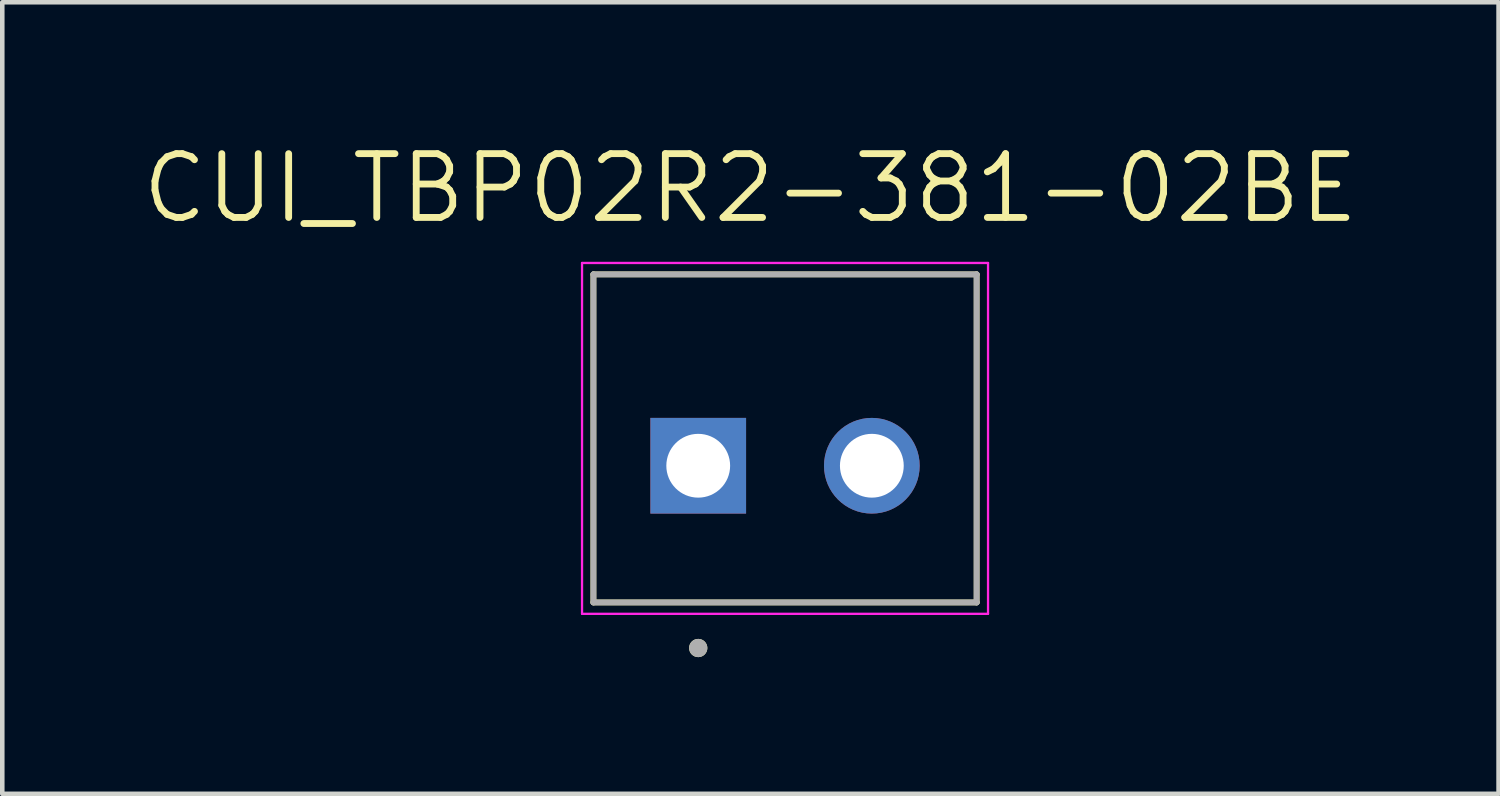
<source format=kicad_pcb>
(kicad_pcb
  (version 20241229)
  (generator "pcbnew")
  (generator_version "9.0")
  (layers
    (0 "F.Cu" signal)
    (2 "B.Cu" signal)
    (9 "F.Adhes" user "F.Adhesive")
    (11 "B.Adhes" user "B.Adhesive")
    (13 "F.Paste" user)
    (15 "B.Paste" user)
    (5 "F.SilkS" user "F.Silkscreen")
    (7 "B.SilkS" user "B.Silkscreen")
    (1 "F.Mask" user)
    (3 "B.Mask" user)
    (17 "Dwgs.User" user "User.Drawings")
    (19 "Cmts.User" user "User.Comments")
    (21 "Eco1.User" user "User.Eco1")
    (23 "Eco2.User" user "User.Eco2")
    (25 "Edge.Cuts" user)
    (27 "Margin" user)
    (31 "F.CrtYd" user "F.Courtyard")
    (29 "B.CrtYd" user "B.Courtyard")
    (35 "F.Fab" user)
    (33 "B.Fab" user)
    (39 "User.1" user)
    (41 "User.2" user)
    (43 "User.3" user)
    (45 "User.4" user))
  (footprint "CUI_TBP02R2-381-02BE"
    (layer "F.Cu")
    (at 12.273 7.171)
    (property "Reference" "CUI_TBP02R2-381-02BE" (at 1.145 -6.089 0) (layer "F.SilkS") (effects (font (size 1.4 1.4) (thickness 0.15))))
    (attr through_hole)
    (fp_line (start -2.3 -4.2) (end 6.11 -4.2) (stroke (width 0.127) (type solid)) (layer "F.SilkS"))
    (fp_line (start -2.3 3) (end -2.3 -4.2) (stroke (width 0.127) (type solid)) (layer "F.SilkS"))
    (fp_line (start 6.11 -4.2) (end 6.11 3) (stroke (width 0.127) (type solid)) (layer "F.SilkS"))
    (fp_line (start 6.11 3) (end -2.3 3) (stroke (width 0.127) (type solid)) (layer "F.SilkS"))
    (fp_circle (center 0 4) (end 0.1 4) (stroke (width 0.2) (type solid)) (fill no) (layer "F.SilkS"))
    (fp_line (start -2.55 -4.45) (end 6.36 -4.45) (stroke (width 0.05) (type solid)) (layer "F.CrtYd"))
    (fp_line (start -2.55 3.25) (end -2.55 -4.45) (stroke (width 0.05) (type solid)) (layer "F.CrtYd"))
    (fp_line (start 6.36 -4.45) (end 6.36 3.25) (stroke (width 0.05) (type solid)) (layer "F.CrtYd"))
    (fp_line (start 6.36 3.25) (end -2.55 3.25) (stroke (width 0.05) (type solid)) (layer "F.CrtYd"))
    (fp_line (start -2.3 -4.2) (end 6.11 -4.2) (stroke (width 0.127) (type solid)) (layer "F.Fab"))
    (fp_line (start -2.3 3) (end -2.3 -4.2) (stroke (width 0.127) (type solid)) (layer "F.Fab"))
    (fp_line (start 6.11 -4.2) (end 6.11 3) (stroke (width 0.127) (type solid)) (layer "F.Fab"))
    (fp_line (start 6.11 3) (end -2.3 3) (stroke (width 0.127) (type solid)) (layer "F.Fab"))
    (fp_circle (center 0 4) (end 0.1 4) (stroke (width 0.2) (type solid)) (fill no) (layer "F.Fab"))
    (pad "1" thru_hole rect (at 0 0) (size 2.1 2.1) (drill 1.4) (layers "*.Cu" "*.Mask"))
    (pad "2" thru_hole circle (at 3.81 0) (size 2.1 2.1) (drill 1.4) (layers "*.Cu" "*.Mask")))
  (gr_rect
    (start -3 -3)
    (end 29.837 14.371)
    (stroke (width 0.1) (type default))
    (fill no)
    (layer "Edge.Cuts")))
</source>
